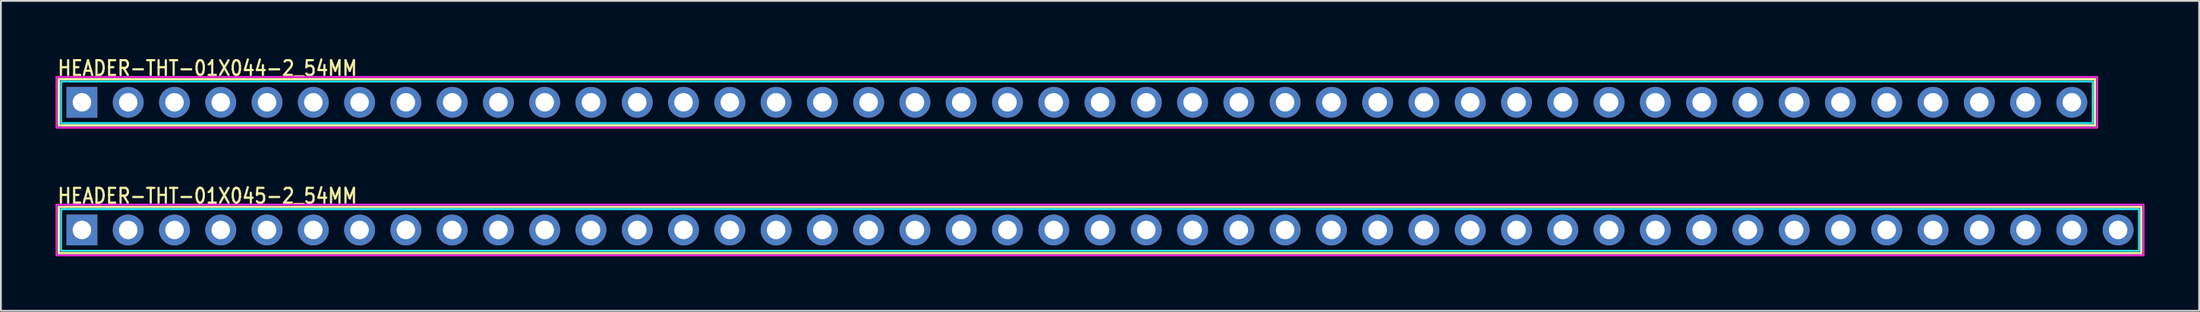
<source format=kicad_pcb>
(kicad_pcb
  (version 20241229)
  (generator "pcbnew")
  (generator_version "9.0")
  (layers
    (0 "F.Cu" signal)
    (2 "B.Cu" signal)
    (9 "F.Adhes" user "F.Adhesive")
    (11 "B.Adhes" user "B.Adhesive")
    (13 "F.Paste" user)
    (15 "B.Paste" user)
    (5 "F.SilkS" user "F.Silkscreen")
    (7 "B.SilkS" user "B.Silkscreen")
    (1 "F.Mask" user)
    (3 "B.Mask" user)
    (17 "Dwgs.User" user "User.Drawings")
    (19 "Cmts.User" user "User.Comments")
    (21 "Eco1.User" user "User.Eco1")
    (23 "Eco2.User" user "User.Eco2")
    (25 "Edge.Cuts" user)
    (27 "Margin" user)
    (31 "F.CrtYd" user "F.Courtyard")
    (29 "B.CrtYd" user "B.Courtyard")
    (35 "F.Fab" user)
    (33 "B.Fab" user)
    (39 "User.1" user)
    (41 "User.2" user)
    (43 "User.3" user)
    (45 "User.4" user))
  (footprint "HEADER-THT-01X045-2_54MM"
    (layer "F.Cu")
    (at 1.447 9.604)
    (property "Reference" "HEADER-THT-01X045-2_54MM" (at -1.4 -1.4 0) (unlocked yes) (layer "F.SilkS") (effects (font (size 0.813 0.695) (thickness 0.122)) (justify left bottom)))
    (fp_line (start -1.27 -1.27) (end -1.27 1.27) (stroke (width 0.127) (type solid)) (layer "F.SilkS"))
    (fp_line (start -1.27 1.27) (end 113.03 1.27) (stroke (width 0.127) (type solid)) (layer "F.SilkS"))
    (fp_line (start 113.03 -1.27) (end -1.27 -1.27) (stroke (width 0.127) (type solid)) (layer "F.SilkS"))
    (fp_line (start 113.03 1.27) (end 113.03 -1.27) (stroke (width 0.127) (type solid)) (layer "F.SilkS"))
    (fp_poly (pts (xy -1.143 -1.143) (xy 112.903 -1.143) (xy 112.903 1.143) (xy -1.143 1.143)) (stroke (width 0.1) (type solid)) (fill no) (layer "B.CrtYd"))
    (fp_poly (pts (xy -1.397 -1.397) (xy 113.157 -1.397) (xy 113.157 1.397) (xy -1.397 1.397)) (stroke (width 0.1) (type solid)) (fill no) (layer "F.CrtYd"))
    (pad "P$1" thru_hole rect (at 0 0) (size 1.693 1.693) (drill 1.016) (layers "*.Cu" "*.Mask"))
    (pad "P$2" thru_hole oval (at 2.54 0) (size 1.693 1.693) (drill 1.016) (layers "*.Cu" "*.Mask"))
    (pad "P$3" thru_hole oval (at 5.08 0) (size 1.693 1.693) (drill 1.016) (layers "*.Cu" "*.Mask"))
    (pad "P$4" thru_hole oval (at 7.62 0) (size 1.693 1.693) (drill 1.016) (layers "*.Cu" "*.Mask"))
    (pad "P$5" thru_hole oval (at 10.16 0) (size 1.693 1.693) (drill 1.016) (layers "*.Cu" "*.Mask"))
    (pad "P$6" thru_hole oval (at 12.7 0) (size 1.693 1.693) (drill 1.016) (layers "*.Cu" "*.Mask"))
    (pad "P$7" thru_hole oval (at 15.24 0) (size 1.693 1.693) (drill 1.016) (layers "*.Cu" "*.Mask"))
    (pad "P$8" thru_hole oval (at 17.78 0) (size 1.693 1.693) (drill 1.016) (layers "*.Cu" "*.Mask"))
    (pad "P$9" thru_hole oval (at 20.32 0) (size 1.693 1.693) (drill 1.016) (layers "*.Cu" "*.Mask"))
    (pad "P$10" thru_hole oval (at 22.86 0) (size 1.693 1.693) (drill 1.016) (layers "*.Cu" "*.Mask"))
    (pad "P$11" thru_hole oval (at 25.4 0) (size 1.693 1.693) (drill 1.016) (layers "*.Cu" "*.Mask"))
    (pad "P$12" thru_hole oval (at 27.94 0) (size 1.693 1.693) (drill 1.016) (layers "*.Cu" "*.Mask"))
    (pad "P$13" thru_hole oval (at 30.48 0) (size 1.693 1.693) (drill 1.016) (layers "*.Cu" "*.Mask"))
    (pad "P$14" thru_hole oval (at 33.02 0) (size 1.693 1.693) (drill 1.016) (layers "*.Cu" "*.Mask"))
    (pad "P$15" thru_hole oval (at 35.56 0) (size 1.693 1.693) (drill 1.016) (layers "*.Cu" "*.Mask"))
    (pad "P$16" thru_hole oval (at 38.1 0) (size 1.693 1.693) (drill 1.016) (layers "*.Cu" "*.Mask"))
    (pad "P$17" thru_hole oval (at 40.64 0) (size 1.693 1.693) (drill 1.016) (layers "*.Cu" "*.Mask"))
    (pad "P$18" thru_hole oval (at 43.18 0) (size 1.693 1.693) (drill 1.016) (layers "*.Cu" "*.Mask"))
    (pad "P$19" thru_hole oval (at 45.72 0) (size 1.693 1.693) (drill 1.016) (layers "*.Cu" "*.Mask"))
    (pad "P$20" thru_hole oval (at 48.26 0) (size 1.693 1.693) (drill 1.016) (layers "*.Cu" "*.Mask"))
    (pad "P$21" thru_hole oval (at 50.8 0) (size 1.693 1.693) (drill 1.016) (layers "*.Cu" "*.Mask"))
    (pad "P$22" thru_hole oval (at 53.34 0) (size 1.693 1.693) (drill 1.016) (layers "*.Cu" "*.Mask"))
    (pad "P$23" thru_hole oval (at 55.88 0) (size 1.693 1.693) (drill 1.016) (layers "*.Cu" "*.Mask"))
    (pad "P$24" thru_hole oval (at 58.42 0) (size 1.693 1.693) (drill 1.016) (layers "*.Cu" "*.Mask"))
    (pad "P$25" thru_hole oval (at 60.96 0) (size 1.693 1.693) (drill 1.016) (layers "*.Cu" "*.Mask"))
    (pad "P$26" thru_hole oval (at 63.5 0) (size 1.693 1.693) (drill 1.016) (layers "*.Cu" "*.Mask"))
    (pad "P$27" thru_hole oval (at 66.04 0) (size 1.693 1.693) (drill 1.016) (layers "*.Cu" "*.Mask"))
    (pad "P$28" thru_hole oval (at 68.58 0) (size 1.693 1.693) (drill 1.016) (layers "*.Cu" "*.Mask"))
    (pad "P$29" thru_hole oval (at 71.12 0) (size 1.693 1.693) (drill 1.016) (layers "*.Cu" "*.Mask"))
    (pad "P$30" thru_hole oval (at 73.66 0) (size 1.693 1.693) (drill 1.016) (layers "*.Cu" "*.Mask"))
    (pad "P$31" thru_hole oval (at 76.2 0) (size 1.693 1.693) (drill 1.016) (layers "*.Cu" "*.Mask"))
    (pad "P$32" thru_hole oval (at 78.74 0) (size 1.693 1.693) (drill 1.016) (layers "*.Cu" "*.Mask"))
    (pad "P$33" thru_hole oval (at 81.28 0) (size 1.693 1.693) (drill 1.016) (layers "*.Cu" "*.Mask"))
    (pad "P$34" thru_hole oval (at 83.82 0) (size 1.693 1.693) (drill 1.016) (layers "*.Cu" "*.Mask"))
    (pad "P$35" thru_hole oval (at 86.36 0) (size 1.693 1.693) (drill 1.016) (layers "*.Cu" "*.Mask"))
    (pad "P$36" thru_hole oval (at 88.9 0) (size 1.693 1.693) (drill 1.016) (layers "*.Cu" "*.Mask"))
    (pad "P$37" thru_hole oval (at 91.44 0) (size 1.693 1.693) (drill 1.016) (layers "*.Cu" "*.Mask"))
    (pad "P$38" thru_hole oval (at 93.98 0) (size 1.693 1.693) (drill 1.016) (layers "*.Cu" "*.Mask"))
    (pad "P$39" thru_hole oval (at 96.52 0) (size 1.693 1.693) (drill 1.016) (layers "*.Cu" "*.Mask"))
    (pad "P$40" thru_hole oval (at 99.06 0) (size 1.693 1.693) (drill 1.016) (layers "*.Cu" "*.Mask"))
    (pad "P$41" thru_hole oval (at 101.6 0) (size 1.693 1.693) (drill 1.016) (layers "*.Cu" "*.Mask"))
    (pad "P$42" thru_hole oval (at 104.14 0) (size 1.693 1.693) (drill 1.016) (layers "*.Cu" "*.Mask"))
    (pad "P$43" thru_hole oval (at 106.68 0) (size 1.693 1.693) (drill 1.016) (layers "*.Cu" "*.Mask"))
    (pad "P$44" thru_hole oval (at 109.22 0) (size 1.693 1.693) (drill 1.016) (layers "*.Cu" "*.Mask"))
    (pad "P$45" thru_hole oval (at 111.76 0) (size 1.693 1.693) (drill 1.016) (layers "*.Cu" "*.Mask")))
  (footprint "HEADER-THT-01X044-2_54MM"
    (layer "F.Cu")
    (at 1.447 2.579)
    (property "Reference" "HEADER-THT-01X044-2_54MM" (at -1.4 -1.4 0) (unlocked yes) (layer "F.SilkS") (effects (font (size 0.813 0.695) (thickness 0.122)) (justify left bottom)))
    (fp_line (start -1.27 -1.27) (end -1.27 1.27) (stroke (width 0.127) (type solid)) (layer "F.SilkS"))
    (fp_line (start -1.27 1.27) (end 110.49 1.27) (stroke (width 0.127) (type solid)) (layer "F.SilkS"))
    (fp_line (start 110.49 -1.27) (end -1.27 -1.27) (stroke (width 0.127) (type solid)) (layer "F.SilkS"))
    (fp_line (start 110.49 1.27) (end 110.49 -1.27) (stroke (width 0.127) (type solid)) (layer "F.SilkS"))
    (fp_poly (pts (xy -1.143 -1.143) (xy 110.363 -1.143) (xy 110.363 1.143) (xy -1.143 1.143)) (stroke (width 0.1) (type solid)) (fill no) (layer "B.CrtYd"))
    (fp_poly (pts (xy -1.397 -1.397) (xy 110.617 -1.397) (xy 110.617 1.397) (xy -1.397 1.397)) (stroke (width 0.1) (type solid)) (fill no) (layer "F.CrtYd"))
    (pad "P$1" thru_hole rect (at 0 0) (size 1.693 1.693) (drill 1.016) (layers "*.Cu" "*.Mask"))
    (pad "P$2" thru_hole oval (at 2.54 0) (size 1.693 1.693) (drill 1.016) (layers "*.Cu" "*.Mask"))
    (pad "P$3" thru_hole oval (at 5.08 0) (size 1.693 1.693) (drill 1.016) (layers "*.Cu" "*.Mask"))
    (pad "P$4" thru_hole oval (at 7.62 0) (size 1.693 1.693) (drill 1.016) (layers "*.Cu" "*.Mask"))
    (pad "P$5" thru_hole oval (at 10.16 0) (size 1.693 1.693) (drill 1.016) (layers "*.Cu" "*.Mask"))
    (pad "P$6" thru_hole oval (at 12.7 0) (size 1.693 1.693) (drill 1.016) (layers "*.Cu" "*.Mask"))
    (pad "P$7" thru_hole oval (at 15.24 0) (size 1.693 1.693) (drill 1.016) (layers "*.Cu" "*.Mask"))
    (pad "P$8" thru_hole oval (at 17.78 0) (size 1.693 1.693) (drill 1.016) (layers "*.Cu" "*.Mask"))
    (pad "P$9" thru_hole oval (at 20.32 0) (size 1.693 1.693) (drill 1.016) (layers "*.Cu" "*.Mask"))
    (pad "P$10" thru_hole oval (at 22.86 0) (size 1.693 1.693) (drill 1.016) (layers "*.Cu" "*.Mask"))
    (pad "P$11" thru_hole oval (at 25.4 0) (size 1.693 1.693) (drill 1.016) (layers "*.Cu" "*.Mask"))
    (pad "P$12" thru_hole oval (at 27.94 0) (size 1.693 1.693) (drill 1.016) (layers "*.Cu" "*.Mask"))
    (pad "P$13" thru_hole oval (at 30.48 0) (size 1.693 1.693) (drill 1.016) (layers "*.Cu" "*.Mask"))
    (pad "P$14" thru_hole oval (at 33.02 0) (size 1.693 1.693) (drill 1.016) (layers "*.Cu" "*.Mask"))
    (pad "P$15" thru_hole oval (at 35.56 0) (size 1.693 1.693) (drill 1.016) (layers "*.Cu" "*.Mask"))
    (pad "P$16" thru_hole oval (at 38.1 0) (size 1.693 1.693) (drill 1.016) (layers "*.Cu" "*.Mask"))
    (pad "P$17" thru_hole oval (at 40.64 0) (size 1.693 1.693) (drill 1.016) (layers "*.Cu" "*.Mask"))
    (pad "P$18" thru_hole oval (at 43.18 0) (size 1.693 1.693) (drill 1.016) (layers "*.Cu" "*.Mask"))
    (pad "P$19" thru_hole oval (at 45.72 0) (size 1.693 1.693) (drill 1.016) (layers "*.Cu" "*.Mask"))
    (pad "P$20" thru_hole oval (at 48.26 0) (size 1.693 1.693) (drill 1.016) (layers "*.Cu" "*.Mask"))
    (pad "P$21" thru_hole oval (at 50.8 0) (size 1.693 1.693) (drill 1.016) (layers "*.Cu" "*.Mask"))
    (pad "P$22" thru_hole oval (at 53.34 0) (size 1.693 1.693) (drill 1.016) (layers "*.Cu" "*.Mask"))
    (pad "P$23" thru_hole oval (at 55.88 0) (size 1.693 1.693) (drill 1.016) (layers "*.Cu" "*.Mask"))
    (pad "P$24" thru_hole oval (at 58.42 0) (size 1.693 1.693) (drill 1.016) (layers "*.Cu" "*.Mask"))
    (pad "P$25" thru_hole oval (at 60.96 0) (size 1.693 1.693) (drill 1.016) (layers "*.Cu" "*.Mask"))
    (pad "P$26" thru_hole oval (at 63.5 0) (size 1.693 1.693) (drill 1.016) (layers "*.Cu" "*.Mask"))
    (pad "P$27" thru_hole oval (at 66.04 0) (size 1.693 1.693) (drill 1.016) (layers "*.Cu" "*.Mask"))
    (pad "P$28" thru_hole oval (at 68.58 0) (size 1.693 1.693) (drill 1.016) (layers "*.Cu" "*.Mask"))
    (pad "P$29" thru_hole oval (at 71.12 0) (size 1.693 1.693) (drill 1.016) (layers "*.Cu" "*.Mask"))
    (pad "P$30" thru_hole oval (at 73.66 0) (size 1.693 1.693) (drill 1.016) (layers "*.Cu" "*.Mask"))
    (pad "P$31" thru_hole oval (at 76.2 0) (size 1.693 1.693) (drill 1.016) (layers "*.Cu" "*.Mask"))
    (pad "P$32" thru_hole oval (at 78.74 0) (size 1.693 1.693) (drill 1.016) (layers "*.Cu" "*.Mask"))
    (pad "P$33" thru_hole oval (at 81.28 0) (size 1.693 1.693) (drill 1.016) (layers "*.Cu" "*.Mask"))
    (pad "P$34" thru_hole oval (at 83.82 0) (size 1.693 1.693) (drill 1.016) (layers "*.Cu" "*.Mask"))
    (pad "P$35" thru_hole oval (at 86.36 0) (size 1.693 1.693) (drill 1.016) (layers "*.Cu" "*.Mask"))
    (pad "P$36" thru_hole oval (at 88.9 0) (size 1.693 1.693) (drill 1.016) (layers "*.Cu" "*.Mask"))
    (pad "P$37" thru_hole oval (at 91.44 0) (size 1.693 1.693) (drill 1.016) (layers "*.Cu" "*.Mask"))
    (pad "P$38" thru_hole oval (at 93.98 0) (size 1.693 1.693) (drill 1.016) (layers "*.Cu" "*.Mask"))
    (pad "P$39" thru_hole oval (at 96.52 0) (size 1.693 1.693) (drill 1.016) (layers "*.Cu" "*.Mask"))
    (pad "P$40" thru_hole oval (at 99.06 0) (size 1.693 1.693) (drill 1.016) (layers "*.Cu" "*.Mask"))
    (pad "P$41" thru_hole oval (at 101.6 0) (size 1.693 1.693) (drill 1.016) (layers "*.Cu" "*.Mask"))
    (pad "P$42" thru_hole oval (at 104.14 0) (size 1.693 1.693) (drill 1.016) (layers "*.Cu" "*.Mask"))
    (pad "P$43" thru_hole oval (at 106.68 0) (size 1.693 1.693) (drill 1.016) (layers "*.Cu" "*.Mask"))
    (pad "P$44" thru_hole oval (at 109.22 0) (size 1.693 1.693) (drill 1.016) (layers "*.Cu" "*.Mask")))
  (gr_rect
    (start -3 -3)
    (end 117.654 14.051)
    (stroke (width 0.1) (type default))
    (fill no)
    (layer "Edge.Cuts")))
</source>
